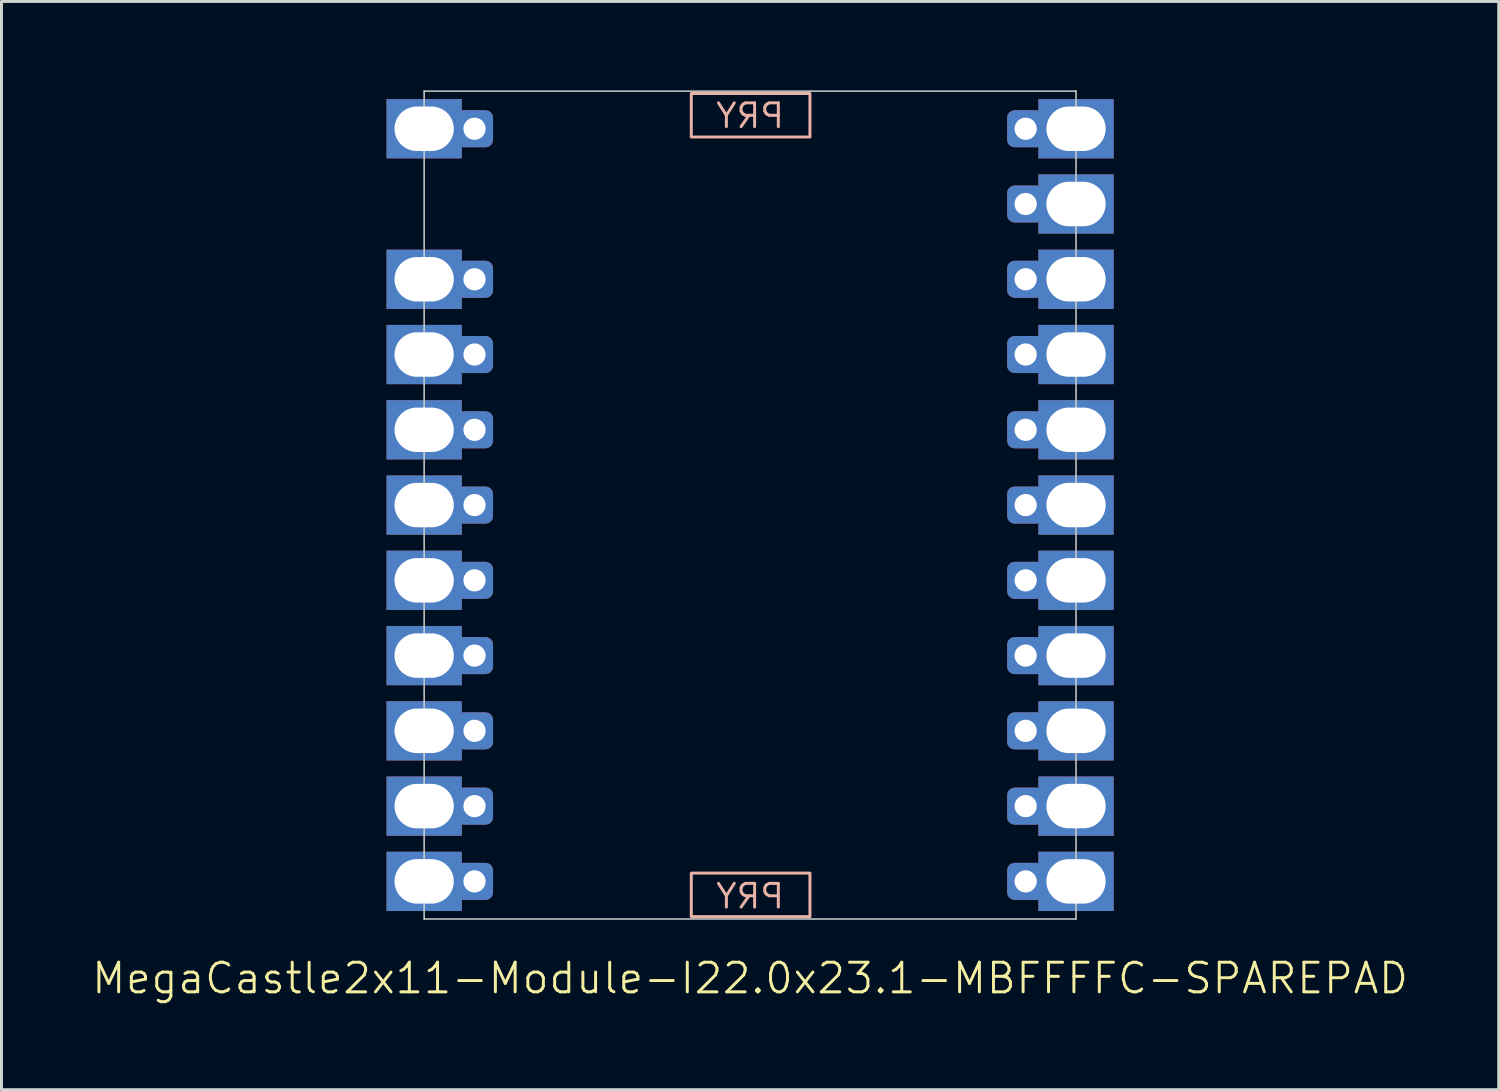
<source format=kicad_pcb>
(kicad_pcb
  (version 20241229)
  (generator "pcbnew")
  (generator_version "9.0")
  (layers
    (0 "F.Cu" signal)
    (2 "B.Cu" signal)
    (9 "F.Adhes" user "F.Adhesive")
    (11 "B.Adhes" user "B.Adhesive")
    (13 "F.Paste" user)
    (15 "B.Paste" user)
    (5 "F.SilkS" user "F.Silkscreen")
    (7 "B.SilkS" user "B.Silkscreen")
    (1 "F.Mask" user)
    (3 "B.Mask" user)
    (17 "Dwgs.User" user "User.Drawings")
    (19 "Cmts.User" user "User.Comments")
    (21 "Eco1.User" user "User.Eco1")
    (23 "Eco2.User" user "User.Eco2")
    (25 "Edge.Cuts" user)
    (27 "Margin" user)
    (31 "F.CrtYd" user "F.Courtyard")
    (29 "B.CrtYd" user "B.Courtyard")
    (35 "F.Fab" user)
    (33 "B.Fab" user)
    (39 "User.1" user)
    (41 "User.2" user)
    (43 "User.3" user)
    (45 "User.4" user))
  (footprint "MegaCastle2x11-Module-I22.0x23.1-MBFFFFC-SPAREPAD"
    (layer "F.Cu")
    (at 22.264 13.995)
    (property "Reference" "MegaCastle2x11-Module-I22.0x23.1-MBFFFFC-SPAREPAD" (at 0 15.97 0) (unlocked yes) (layer "F.SilkS") (effects (font (size 1 1) (thickness 0.1))))
    (attr smd)
    (fp_rect (start -1.984 -12.421) (end 2.02 -13.89) (stroke (width 0.1) (type default)) (fill no) (layer "B.SilkS"))
    (fp_rect (start -1.984 12.421) (end 2.02 13.89) (stroke (width 0.1) (type default)) (fill no) (layer "B.SilkS"))
    (fp_line (start -11 -13.97) (end -11 13.97) (stroke (width 0.05) (type default)) (layer "Edge.Cuts"))
    (fp_line (start -11 -13.97) (end 11 -13.97) (stroke (width 0.05) (type default)) (layer "Edge.Cuts"))
    (fp_line (start -11 13.97) (end 11 13.97) (stroke (width 0.05) (type default)) (layer "Edge.Cuts"))
    (fp_line (start 11 -13.97) (end 11 13.97) (stroke (width 0.05) (type default)) (layer "Edge.Cuts"))
    (fp_text user "PRY" (at 0 13.67 0) (unlocked yes) (layer "B.SilkS") (effects (font (size 0.8 0.8) (thickness 0.1)) (justify bottom mirror)))
    (fp_text user "PRY" (at 0 -12.67 0) (unlocked yes) (layer "B.SilkS") (effects (font (size 0.8 0.8) (thickness 0.1)) (justify bottom mirror)))
    (pad "1" thru_hole rect (at -11 -12.7) (size 2.54 2) (drill oval 2 1.5) (property pad_prop_castellated) (layers "*.Cu" "*.Mask"))
    (pad "1" thru_hole roundrect (at -9.3 -12.7 180) (size 1.25 1.25) (drill 0.75) (layers "*.Cu" "*.Mask") (roundrect_rratio 0.2))
    (pad "3" thru_hole rect (at -11 -7.62) (size 2.54 2) (drill oval 2 1.5) (property pad_prop_castellated) (layers "*.Cu" "*.Mask"))
    (pad "3" thru_hole roundrect (at -9.3 -7.62 180) (size 1.25 1.25) (drill 0.75) (layers "*.Cu" "*.Mask") (roundrect_rratio 0.2))
    (pad "4" thru_hole rect (at -11 -5.08) (size 2.54 2) (drill oval 2 1.5) (property pad_prop_castellated) (layers "*.Cu" "*.Mask"))
    (pad "4" thru_hole roundrect (at -9.3 -5.08 180) (size 1.25 1.25) (drill 0.75) (layers "*.Cu" "*.Mask") (roundrect_rratio 0.2))
    (pad "5" thru_hole rect (at -11 -2.54) (size 2.54 2) (drill oval 2 1.5) (property pad_prop_castellated) (layers "*.Cu" "*.Mask"))
    (pad "5" thru_hole roundrect (at -9.3 -2.54 180) (size 1.25 1.25) (drill 0.75) (layers "*.Cu" "*.Mask") (roundrect_rratio 0.2))
    (pad "6" thru_hole rect (at -11 0) (size 2.54 2) (drill oval 2 1.5) (property pad_prop_castellated) (layers "*.Cu" "*.Mask"))
    (pad "6" thru_hole roundrect (at -9.3 0 180) (size 1.25 1.25) (drill 0.75) (layers "*.Cu" "*.Mask") (roundrect_rratio 0.2))
    (pad "7" thru_hole rect (at -11 2.54) (size 2.54 2) (drill oval 2 1.5) (property pad_prop_castellated) (layers "*.Cu" "*.Mask"))
    (pad "7" thru_hole roundrect (at -9.3 2.54 180) (size 1.25 1.25) (drill 0.75) (layers "*.Cu" "*.Mask") (roundrect_rratio 0.2))
    (pad "8" thru_hole rect (at -11 5.08) (size 2.54 2) (drill oval 2 1.5) (property pad_prop_castellated) (layers "*.Cu" "*.Mask"))
    (pad "8" thru_hole roundrect (at -9.3 5.08 180) (size 1.25 1.25) (drill 0.75) (layers "*.Cu" "*.Mask") (roundrect_rratio 0.2))
    (pad "9" thru_hole rect (at -11 7.62) (size 2.54 2) (drill oval 2 1.5) (property pad_prop_castellated) (layers "*.Cu" "*.Mask"))
    (pad "9" thru_hole roundrect (at -9.3 7.62 180) (size 1.25 1.25) (drill 0.75) (layers "*.Cu" "*.Mask") (roundrect_rratio 0.2))
    (pad "10" thru_hole rect (at -11 10.16) (size 2.54 2) (drill oval 2 1.5) (property pad_prop_castellated) (layers "*.Cu" "*.Mask"))
    (pad "10" thru_hole roundrect (at -9.3 10.16 180) (size 1.25 1.25) (drill 0.75) (layers "*.Cu" "*.Mask") (roundrect_rratio 0.2))
    (pad "11" thru_hole rect (at -11 12.7) (size 2.54 2) (drill oval 2 1.5) (property pad_prop_castellated) (layers "*.Cu" "*.Mask"))
    (pad "11" thru_hole roundrect (at -9.3 12.7 180) (size 1.25 1.25) (drill 0.75) (layers "*.Cu" "*.Mask") (roundrect_rratio 0.2))
    (pad "12" thru_hole roundrect (at 9.3 -12.7 180) (size 1.25 1.25) (drill 0.75) (layers "*.Cu" "*.Mask") (roundrect_rratio 0.2))
    (pad "12" thru_hole rect (at 11 -12.7) (size 2.54 2) (drill oval 2 1.5) (property pad_prop_castellated) (layers "*.Cu" "*.Mask"))
    (pad "13" thru_hole roundrect (at 9.3 -10.16 180) (size 1.25 1.25) (drill 0.75) (layers "*.Cu" "*.Mask") (roundrect_rratio 0.2))
    (pad "13" thru_hole rect (at 11 -10.16) (size 2.54 2) (drill oval 2 1.5) (property pad_prop_castellated) (layers "*.Cu" "*.Mask"))
    (pad "14" thru_hole roundrect (at 9.3 -7.62 180) (size 1.25 1.25) (drill 0.75) (layers "*.Cu" "*.Mask") (roundrect_rratio 0.2))
    (pad "14" thru_hole rect (at 11 -7.62) (size 2.54 2) (drill oval 2 1.5) (property pad_prop_castellated) (layers "*.Cu" "*.Mask"))
    (pad "15" thru_hole roundrect (at 9.3 -5.08 180) (size 1.25 1.25) (drill 0.75) (layers "*.Cu" "*.Mask") (roundrect_rratio 0.2))
    (pad "15" thru_hole rect (at 11 -5.08) (size 2.54 2) (drill oval 2 1.5) (property pad_prop_castellated) (layers "*.Cu" "*.Mask"))
    (pad "16" thru_hole roundrect (at 9.3 -2.54 180) (size 1.25 1.25) (drill 0.75) (layers "*.Cu" "*.Mask") (roundrect_rratio 0.2))
    (pad "16" thru_hole rect (at 11 -2.54) (size 2.54 2) (drill oval 2 1.5) (property pad_prop_castellated) (layers "*.Cu" "*.Mask"))
    (pad "17" thru_hole roundrect (at 9.3 0 180) (size 1.25 1.25) (drill 0.75) (layers "*.Cu" "*.Mask") (roundrect_rratio 0.2))
    (pad "17" thru_hole rect (at 11 0) (size 2.54 2) (drill oval 2 1.5) (property pad_prop_castellated) (layers "*.Cu" "*.Mask"))
    (pad "18" thru_hole roundrect (at 9.3 2.54 180) (size 1.25 1.25) (drill 0.75) (layers "*.Cu" "*.Mask") (roundrect_rratio 0.2))
    (pad "18" thru_hole rect (at 11 2.54) (size 2.54 2) (drill oval 2 1.5) (property pad_prop_castellated) (layers "*.Cu" "*.Mask"))
    (pad "19" thru_hole roundrect (at 9.3 5.08 180) (size 1.25 1.25) (drill 0.75) (layers "*.Cu" "*.Mask") (roundrect_rratio 0.2))
    (pad "19" thru_hole rect (at 11 5.08) (size 2.54 2) (drill oval 2 1.5) (property pad_prop_castellated) (layers "*.Cu" "*.Mask"))
    (pad "20" thru_hole roundrect (at 9.3 7.62 180) (size 1.25 1.25) (drill 0.75) (layers "*.Cu" "*.Mask") (roundrect_rratio 0.2))
    (pad "20" thru_hole rect (at 11 7.62) (size 2.54 2) (drill oval 2 1.5) (property pad_prop_castellated) (layers "*.Cu" "*.Mask"))
    (pad "21" thru_hole roundrect (at 9.3 10.16 180) (size 1.25 1.25) (drill 0.75) (layers "*.Cu" "*.Mask") (roundrect_rratio 0.2))
    (pad "21" thru_hole rect (at 11 10.16) (size 2.54 2) (drill oval 2 1.5) (property pad_prop_castellated) (layers "*.Cu" "*.Mask"))
    (pad "22" thru_hole roundrect (at 9.3 12.7 180) (size 1.25 1.25) (drill 0.75) (layers "*.Cu" "*.Mask") (roundrect_rratio 0.2))
    (pad "22" thru_hole rect (at 11 12.7) (size 2.54 2) (drill oval 2 1.5) (property pad_prop_castellated) (layers "*.Cu" "*.Mask"))
    (zone (net_name "") (layer "B.Cu") (hatch edge 0.5) (connect_pads) (min_thickness 0.25) (filled_areas_thickness no) (keepout (tracks allowed) (vias allowed) (pads allowed) (copperpour allowed) (footprints not_allowed)) (placement (enabled no)) (fill) (polygon (pts (xy 11.264 0.025) (xy 11.264 2.425) (xy 33.264 2.425) (xy 33.264 0.025))))
    (zone (net_name "") (layer "B.Cu") (hatch edge 0.5) (connect_pads) (min_thickness 0.25) (filled_areas_thickness no) (keepout (tracks allowed) (vias allowed) (pads allowed) (copperpour allowed) (footprints not_allowed)) (placement (enabled no)) (fill) (polygon (pts (xy 11.264 27.965) (xy 11.264 25.565) (xy 33.264 25.565) (xy 33.264 27.965))))
    (zone (net_name "") (layer "B.Cu") (name "Upper Pry Zone") (hatch edge 0.5) (connect_pads) (min_thickness 0.25) (filled_areas_thickness no) (keepout (tracks not_allowed) (vias not_allowed) (pads not_allowed) (copperpour allowed) (footprints not_allowed)) (placement (enabled no)) (fill) (polygon (pts (xy 20.28 1.574) (xy 20.28 0.105) (xy 24.284 0.105) (xy 24.284 1.574))))
    (zone (net_name "") (layer "B.Cu") (name "Upper Pry Zone") (hatch edge 0.5) (connect_pads) (min_thickness 0.25) (filled_areas_thickness no) (keepout (tracks not_allowed) (vias not_allowed) (pads not_allowed) (copperpour allowed) (footprints not_allowed)) (placement (enabled no)) (fill) (polygon (pts (xy 20.28 26.416) (xy 20.28 27.885) (xy 24.284 27.885) (xy 24.284 26.416)))))
  (gr_rect
    (start -3 -3)
    (end 47.529 33.725)
    (stroke (width 0.1) (type default))
    (fill no)
    (layer "Edge.Cuts")))
</source>
